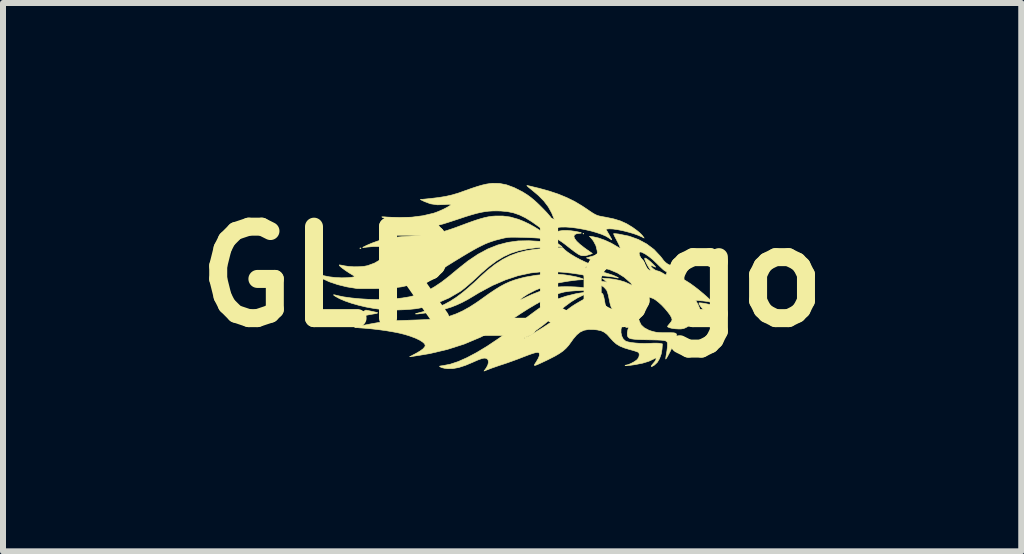
<source format=kicad_pcb>
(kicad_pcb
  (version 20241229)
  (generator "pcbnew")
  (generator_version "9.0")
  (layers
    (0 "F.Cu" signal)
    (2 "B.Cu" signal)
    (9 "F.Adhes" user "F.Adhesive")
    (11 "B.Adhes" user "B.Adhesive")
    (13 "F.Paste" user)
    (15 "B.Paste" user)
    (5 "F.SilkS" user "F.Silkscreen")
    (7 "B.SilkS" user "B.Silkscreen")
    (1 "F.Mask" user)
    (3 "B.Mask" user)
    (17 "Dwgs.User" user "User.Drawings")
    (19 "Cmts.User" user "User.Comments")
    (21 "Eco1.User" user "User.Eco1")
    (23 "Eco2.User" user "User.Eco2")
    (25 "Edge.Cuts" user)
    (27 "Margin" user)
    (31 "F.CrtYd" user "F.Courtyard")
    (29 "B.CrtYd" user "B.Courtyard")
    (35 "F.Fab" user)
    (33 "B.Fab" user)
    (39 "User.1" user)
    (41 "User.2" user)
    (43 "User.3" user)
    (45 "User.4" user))
  (footprint "GLR_logo"
    (layer "F.Cu")
    (at 5.486 1.563)
    (property "Reference" "GLR_logo" (at 0 0 0) (layer "F.SilkS") (effects (font (size 1.524 1.524) (thickness 0.3))))
    (attr through_hole)
    (fp_poly (pts (xy 1.194 -0.718) (xy 1.187 -0.711) (xy 1.181 -0.718) (xy 1.187 -0.724) (xy 1.194 -0.718)) (stroke (width 0.01) (type solid)) (fill yes) (layer "F.SilkS"))
    (fp_poly (pts (xy -2.519 -0.478) (xy -2.521 -0.471) (xy -2.527 -0.47) (xy -2.538 -0.475) (xy -2.536 -0.478) (xy -2.521 -0.48) (xy -2.519 -0.478)) (stroke (width 0.01) (type solid)) (fill yes) (layer "F.SilkS"))
    (fp_poly (pts (xy -2.326 0.579) (xy -2.281 0.589) (xy -2.252 0.596) (xy -2.241 0.602) (xy -2.25 0.608) (xy -2.279 0.615) (xy -2.332 0.624) (xy -2.394 0.635) (xy -2.445 0.646) (xy -2.509 0.664) (xy -2.577 0.686) (xy -2.616 0.701) (xy -2.689 0.728) (xy -2.74 0.746) (xy -2.77 0.755) (xy -2.781 0.756) (xy -2.774 0.748) (xy -2.751 0.732) (xy -2.75 0.731) (xy -2.717 0.711) (xy -2.67 0.683) (xy -2.614 0.652) (xy -2.568 0.627) (xy -2.437 0.556) (xy -2.326 0.579)) (stroke (width 0.01) (type solid)) (fill yes) (layer "F.SilkS"))
    (fp_poly (pts (xy 3.163 0.438) (xy 3.205 0.444) (xy 3.249 0.453) (xy 3.288 0.461) (xy 3.314 0.47) (xy 3.317 0.471) (xy 3.336 0.487) (xy 3.336 0.507) (xy 3.317 0.534) (xy 3.277 0.571) (xy 3.273 0.574) (xy 3.225 0.614) (xy 3.194 0.639) (xy 3.175 0.652) (xy 3.166 0.655) (xy 3.163 0.648) (xy 3.162 0.634) (xy 3.162 0.634) (xy 3.171 0.604) (xy 3.19 0.575) (xy 3.207 0.555) (xy 3.206 0.547) (xy 3.196 0.546) (xy 3.18 0.537) (xy 3.159 0.515) (xy 3.137 0.486) (xy 3.12 0.459) (xy 3.114 0.44) (xy 3.115 0.436) (xy 3.131 0.435) (xy 3.163 0.438)) (stroke (width 0.01) (type solid)) (fill yes) (layer "F.SilkS"))
    (fp_poly (pts (xy 0.93 -0.771) (xy 0.933 -0.77) (xy 0.984 -0.766) (xy 1.034 -0.759) (xy 1.08 -0.751) (xy 1.118 -0.743) (xy 1.145 -0.736) (xy 1.155 -0.73) (xy 1.146 -0.726) (xy 1.134 -0.725) (xy 1.076 -0.718) (xy 1.042 -0.701) (xy 1.03 -0.674) (xy 1.041 -0.639) (xy 1.074 -0.594) (xy 1.13 -0.541) (xy 1.209 -0.479) (xy 1.237 -0.459) (xy 1.338 -0.388) (xy 1.294 -0.371) (xy 1.223 -0.35) (xy 1.16 -0.351) (xy 1.116 -0.368) (xy 1.089 -0.385) (xy 1.047 -0.414) (xy 0.996 -0.452) (xy 0.941 -0.495) (xy 0.926 -0.507) (xy 0.872 -0.549) (xy 0.822 -0.585) (xy 0.78 -0.612) (xy 0.752 -0.628) (xy 0.746 -0.629) (xy 0.712 -0.645) (xy 0.701 -0.672) (xy 0.71 -0.706) (xy 0.736 -0.74) (xy 0.781 -0.761) (xy 0.845 -0.771) (xy 0.93 -0.771)) (stroke (width 0.01) (type solid)) (fill yes) (layer "F.SilkS"))
    (fp_poly (pts (xy 0.349 -0.596) (xy 0.423 -0.592) (xy 0.502 -0.588) (xy 0.575 -0.585) (xy 0.605 -0.585) (xy 0.66 -0.584) (xy 0.698 -0.581) (xy 0.726 -0.574) (xy 0.75 -0.561) (xy 0.776 -0.543) (xy 0.832 -0.502) (xy 0.584 -0.494) (xy 0.409 -0.484) (xy 0.254 -0.465) (xy 0.113 -0.435) (xy -0.017 -0.393) (xy -0.139 -0.337) (xy -0.26 -0.265) (xy -0.381 -0.175) (xy -0.509 -0.065) (xy -0.579 0.001) (xy -0.644 0.061) (xy -0.711 0.12) (xy -0.774 0.174) (xy -0.83 0.219) (xy -0.869 0.247) (xy -1.049 0.352) (xy -1.244 0.437) (xy -1.452 0.502) (xy -1.536 0.521) (xy -1.611 0.534) (xy -1.704 0.543) (xy -1.809 0.55) (xy -1.918 0.554) (xy -2.023 0.554) (xy -2.119 0.55) (xy -2.169 0.546) (xy -2.3 0.529) (xy -2.432 0.505) (xy -2.559 0.475) (xy -2.678 0.441) (xy -2.785 0.404) (xy -2.876 0.365) (xy -2.947 0.326) (xy -2.965 0.313) (xy -2.977 0.303) (xy -2.974 0.3) (xy -2.953 0.303) (xy -2.919 0.312) (xy -2.811 0.335) (xy -2.685 0.353) (xy -2.545 0.367) (xy -2.399 0.376) (xy -2.251 0.38) (xy -2.107 0.378) (xy -1.974 0.371) (xy -1.961 0.369) (xy -1.827 0.354) (xy -1.707 0.334) (xy -1.597 0.306) (xy -1.493 0.27) (xy -1.391 0.224) (xy -1.289 0.165) (xy -1.181 0.093) (xy -1.066 0.005) (xy -0.938 -0.101) (xy -0.908 -0.126) (xy -0.737 -0.262) (xy -0.57 -0.374) (xy -0.405 -0.463) (xy -0.239 -0.529) (xy -0.071 -0.573) (xy 0.101 -0.597) (xy 0.28 -0.6) (xy 0.349 -0.596)) (stroke (width 0.01) (type solid)) (fill yes) (layer "F.SilkS"))
    (fp_poly (pts (xy 0.881 -0.446) (xy 0.923 -0.412) (xy 0.982 -0.372) (xy 1.052 -0.33) (xy 1.128 -0.289) (xy 1.202 -0.253) (xy 1.23 -0.241) (xy 1.283 -0.217) (xy 1.312 -0.199) (xy 1.317 -0.186) (xy 1.297 -0.179) (xy 1.276 -0.178) (xy 1.244 -0.17) (xy 1.227 -0.161) (xy 1.219 -0.153) (xy 1.224 -0.146) (xy 1.245 -0.139) (xy 1.286 -0.13) (xy 1.32 -0.123) (xy 1.413 -0.103) (xy 1.509 -0.079) (xy 1.6 -0.052) (xy 1.679 -0.026) (xy 1.717 -0.01) (xy 1.755 0.008) (xy 1.772 0.019) (xy 1.766 0.021) (xy 1.737 0.015) (xy 1.726 0.012) (xy 1.698 0.006) (xy 1.653 -0.000134) (xy 1.599 -0.007) (xy 1.541 -0.013) (xy 1.486 -0.017) (xy 1.437 -0.02) (xy 1.403 -0.021) (xy 1.387 -0.02) (xy 1.387 -0.02) (xy 1.391 -0.008) (xy 1.41 0.011) (xy 1.411 0.012) (xy 1.426 0.025) (xy 1.429 0.03) (xy 1.416 0.028) (xy 1.383 0.019) (xy 1.361 0.012) (xy 1.255 -0.016) (xy 1.13 -0.04) (xy 0.994 -0.06) (xy 0.853 -0.075) (xy 0.715 -0.084) (xy 0.586 -0.087) (xy 0.514 -0.085) (xy 0.309 -0.063) (xy 0.1 -0.018) (xy -0.111 0.052) (xy -0.327 0.145) (xy -0.547 0.263) (xy -0.61 0.301) (xy -0.725 0.37) (xy -0.827 0.425) (xy -0.922 0.469) (xy -1.016 0.506) (xy -1.115 0.537) (xy -1.191 0.558) (xy -1.236 0.568) (xy -1.291 0.579) (xy -1.352 0.59) (xy -1.415 0.6) (xy -1.475 0.608) (xy -1.529 0.615) (xy -1.572 0.62) (xy -1.601 0.621) (xy -1.611 0.619) (xy -1.607 0.616) (xy -1.59 0.611) (xy -1.554 0.601) (xy -1.504 0.588) (xy -1.448 0.573) (xy -1.334 0.542) (xy -1.229 0.505) (xy -1.13 0.462) (xy -1.034 0.41) (xy -0.937 0.348) (xy -0.835 0.272) (xy -0.727 0.182) (xy -0.607 0.075) (xy -0.537 0.008) (xy -0.406 -0.11) (xy -0.281 -0.208) (xy -0.158 -0.288) (xy -0.033 -0.351) (xy 0.099 -0.4) (xy 0.241 -0.435) (xy 0.398 -0.459) (xy 0.573 -0.474) (xy 0.633 -0.477) (xy 0.841 -0.485) (xy 0.881 -0.446)) (stroke (width 0.01) (type solid)) (fill yes) (layer "F.SilkS"))
    (fp_poly (pts (xy 0.822 -0.037) (xy 0.887 -0.03) (xy 0.952 -0.02) (xy 1.015 -0.009) (xy 1.073 0.003) (xy 1.121 0.016) (xy 1.159 0.027) (xy 1.182 0.037) (xy 1.187 0.045) (xy 1.173 0.049) (xy 1.153 0.05) (xy 1.1 0.053) (xy 1.029 0.061) (xy 0.947 0.072) (xy 0.861 0.086) (xy 0.778 0.101) (xy 0.705 0.116) (xy 0.681 0.122) (xy 0.528 0.168) (xy 0.387 0.224) (xy 0.263 0.288) (xy 0.249 0.297) (xy 0.192 0.334) (xy 0.155 0.361) (xy 0.138 0.377) (xy 0.141 0.381) (xy 0.165 0.374) (xy 0.21 0.353) (xy 0.233 0.341) (xy 0.328 0.297) (xy 0.434 0.255) (xy 0.541 0.218) (xy 0.641 0.19) (xy 0.703 0.177) (xy 0.755 0.171) (xy 0.823 0.167) (xy 0.899 0.166) (xy 0.979 0.167) (xy 1.057 0.17) (xy 1.128 0.175) (xy 1.186 0.182) (xy 1.225 0.191) (xy 1.232 0.193) (xy 1.26 0.206) (xy 1.266 0.213) (xy 1.253 0.218) (xy 1.245 0.22) (xy 1.22 0.223) (xy 1.176 0.227) (xy 1.119 0.231) (xy 1.06 0.233) (xy 0.959 0.241) (xy 0.87 0.254) (xy 0.783 0.277) (xy 0.692 0.31) (xy 0.589 0.355) (xy 0.579 0.36) (xy 0.483 0.409) (xy 0.379 0.467) (xy 0.264 0.536) (xy 0.135 0.618) (xy -0.006 0.712) (xy -0.264 0.872) (xy -0.528 1.008) (xy -0.799 1.122) (xy -1.081 1.212) (xy -1.374 1.281) (xy -1.651 1.326) (xy -1.708 1.333) (xy -1.613 1.284) (xy -1.535 1.239) (xy -1.482 1.2) (xy -1.453 1.164) (xy -1.448 1.144) (xy -1.46 1.116) (xy -1.494 1.086) (xy -1.547 1.053) (xy -1.616 1.021) (xy -1.699 0.99) (xy -1.792 0.961) (xy -1.886 0.938) (xy -1.988 0.918) (xy -2.106 0.898) (xy -2.231 0.881) (xy -2.355 0.867) (xy -2.467 0.857) (xy -2.486 0.856) (xy -2.543 0.852) (xy -2.588 0.848) (xy -2.617 0.845) (xy -2.625 0.843) (xy -2.61 0.838) (xy -2.573 0.829) (xy -2.518 0.817) (xy -2.448 0.804) (xy -2.367 0.788) (xy -2.278 0.772) (xy -2.248 0.767) (xy -2.188 0.757) (xy -2.13 0.749) (xy -2.07 0.743) (xy -2.003 0.737) (xy -1.926 0.733) (xy -1.833 0.729) (xy -1.721 0.725) (xy -1.67 0.723) (xy -1.545 0.719) (xy -1.442 0.715) (xy -1.358 0.711) (xy -1.29 0.706) (xy -1.234 0.7) (xy -1.188 0.693) (xy -1.162 0.688) (xy -1.047 0.659) (xy -0.938 0.621) (xy -0.829 0.572) (xy -0.715 0.509) (xy -0.593 0.431) (xy -0.495 0.362) (xy -0.382 0.281) (xy -0.283 0.215) (xy -0.196 0.161) (xy -0.115 0.118) (xy -0.037 0.083) (xy 0.043 0.054) (xy 0.129 0.029) (xy 0.217 0.007) (xy 0.4 -0.025) (xy 0.581 -0.042) (xy 0.755 -0.042) (xy 0.822 -0.037)) (stroke (width 0.01) (type solid)) (fill yes) (layer "F.SilkS"))
    (fp_poly (pts (xy -0.152 -1.012) (xy -0.032 -0.996) (xy 0.092 -0.961) (xy 0.108 -0.956) (xy 0.193 -0.922) (xy 0.282 -0.88) (xy 0.369 -0.832) (xy 0.45 -0.782) (xy 0.52 -0.733) (xy 0.575 -0.687) (xy 0.607 -0.651) (xy 0.634 -0.614) (xy 0.549 -0.632) (xy 0.506 -0.638) (xy 0.444 -0.644) (xy 0.366 -0.649) (xy 0.277 -0.653) (xy 0.197 -0.656) (xy 0.108 -0.658) (xy 0.039 -0.659) (xy -0.014 -0.659) (xy -0.057 -0.657) (xy -0.095 -0.652) (xy -0.133 -0.645) (xy -0.175 -0.635) (xy -0.222 -0.623) (xy -0.281 -0.608) (xy -0.336 -0.59) (xy -0.391 -0.571) (xy -0.448 -0.548) (xy -0.508 -0.519) (xy -0.576 -0.485) (xy -0.652 -0.443) (xy -0.74 -0.392) (xy -0.842 -0.331) (xy -0.96 -0.259) (xy -1.097 -0.174) (xy -1.235 -0.09) (xy -1.356 -0.02) (xy -1.465 0.038) (xy -1.564 0.084) (xy -1.659 0.121) (xy -1.752 0.148) (xy -1.848 0.169) (xy -1.951 0.182) (xy -2.064 0.191) (xy -2.192 0.196) (xy -2.267 0.197) (xy -2.352 0.198) (xy -2.43 0.198) (xy -2.498 0.198) (xy -2.551 0.197) (xy -2.584 0.196) (xy -2.591 0.195) (xy -2.753 0.169) (xy -2.907 0.131) (xy -3.046 0.084) (xy -3.15 0.037) (xy -3.197 0.011) (xy -3.239 -0.014) (xy -3.271 -0.036) (xy -3.292 -0.052) (xy -3.297 -0.06) (xy -3.284 -0.057) (xy -3.283 -0.057) (xy -3.26 -0.05) (xy -3.219 -0.039) (xy -3.168 -0.025) (xy -3.137 -0.017) (xy -3.048 0.001) (xy -2.947 0.013) (xy -2.844 0.018) (xy -2.747 0.016) (xy -2.675 0.009) (xy -2.614 -0.002) (xy -2.714 -0.063) (xy -2.769 -0.099) (xy -2.817 -0.133) (xy -2.854 -0.162) (xy -2.877 -0.185) (xy -2.881 -0.197) (xy -2.881 -0.197) (xy -2.867 -0.196) (xy -2.836 -0.191) (xy -2.8 -0.183) (xy -2.727 -0.172) (xy -2.64 -0.166) (xy -2.55 -0.167) (xy -2.466 -0.174) (xy -2.408 -0.185) (xy -2.292 -0.228) (xy -2.183 -0.292) (xy -2.111 -0.351) (xy -2.076 -0.385) (xy -2.056 -0.407) (xy -2.05 -0.423) (xy -2.054 -0.437) (xy -2.06 -0.447) (xy -2.091 -0.476) (xy -2.142 -0.495) (xy -2.213 -0.504) (xy -2.306 -0.504) (xy -2.42 -0.494) (xy -2.457 -0.489) (xy -2.482 -0.486) (xy -2.49 -0.487) (xy -2.48 -0.495) (xy -2.449 -0.51) (xy -2.426 -0.522) (xy -2.337 -0.56) (xy -2.24 -0.595) (xy -2.144 -0.624) (xy -2.058 -0.644) (xy -2.041 -0.647) (xy -2.002 -0.652) (xy -1.943 -0.658) (xy -1.869 -0.665) (xy -1.786 -0.672) (xy -1.699 -0.678) (xy -1.679 -0.679) (xy -1.549 -0.689) (xy -1.438 -0.699) (xy -1.342 -0.711) (xy -1.254 -0.727) (xy -1.169 -0.746) (xy -1.082 -0.772) (xy -0.986 -0.804) (xy -0.876 -0.844) (xy -0.834 -0.86) (xy -0.715 -0.904) (xy -0.616 -0.939) (xy -0.533 -0.965) (xy -0.461 -0.985) (xy -0.396 -0.999) (xy -0.335 -1.008) (xy -0.278 -1.012) (xy -0.152 -1.012)) (stroke (width 0.01) (type solid)) (fill yes) (layer "F.SilkS"))
    (fp_poly (pts (xy -0.213 -1.556) (xy -0.092 -1.532) (xy 0.035 -1.485) (xy 0.171 -1.416) (xy 0.256 -1.363) (xy 0.312 -1.322) (xy 0.377 -1.268) (xy 0.446 -1.204) (xy 0.515 -1.135) (xy 0.58 -1.067) (xy 0.635 -1.003) (xy 0.676 -0.948) (xy 0.689 -0.927) (xy 0.712 -0.889) (xy 0.728 -0.862) (xy 0.736 -0.852) (xy 0.737 -0.852) (xy 0.733 -0.867) (xy 0.723 -0.899) (xy 0.708 -0.942) (xy 0.706 -0.95) (xy 0.659 -1.065) (xy 0.602 -1.168) (xy 0.529 -1.264) (xy 0.438 -1.356) (xy 0.344 -1.435) (xy 0.302 -1.469) (xy 0.269 -1.497) (xy 0.25 -1.515) (xy 0.246 -1.52) (xy 0.259 -1.519) (xy 0.293 -1.512) (xy 0.342 -1.5) (xy 0.404 -1.485) (xy 0.447 -1.475) (xy 0.62 -1.427) (xy 0.773 -1.376) (xy 0.911 -1.319) (xy 1.04 -1.256) (xy 1.164 -1.182) (xy 1.232 -1.137) (xy 1.295 -1.094) (xy 1.343 -1.062) (xy 1.381 -1.04) (xy 1.415 -1.024) (xy 1.451 -1.013) (xy 1.493 -1.004) (xy 1.549 -0.994) (xy 1.566 -0.991) (xy 1.695 -0.964) (xy 1.806 -0.93) (xy 1.908 -0.884) (xy 2.007 -0.824) (xy 2.08 -0.771) (xy 2.12 -0.738) (xy 2.155 -0.705) (xy 2.174 -0.683) (xy 2.201 -0.645) (xy 2.164 -0.664) (xy 2.1 -0.692) (xy 2.022 -0.72) (xy 1.935 -0.745) (xy 1.845 -0.768) (xy 1.759 -0.785) (xy 1.683 -0.796) (xy 1.622 -0.799) (xy 1.61 -0.798) (xy 1.563 -0.794) (xy 1.614 -0.706) (xy 1.637 -0.665) (xy 1.654 -0.634) (xy 1.661 -0.617) (xy 1.661 -0.615) (xy 1.65 -0.62) (xy 1.627 -0.637) (xy 1.619 -0.643) (xy 1.567 -0.675) (xy 1.495 -0.707) (xy 1.407 -0.737) (xy 1.308 -0.765) (xy 1.202 -0.789) (xy 1.095 -0.808) (xy 0.992 -0.822) (xy 0.897 -0.829) (xy 0.814 -0.828) (xy 0.784 -0.825) (xy 0.716 -0.81) (xy 0.666 -0.785) (xy 0.627 -0.746) (xy 0.627 -0.745) (xy 0.604 -0.715) (xy 0.445 -0.835) (xy 0.328 -0.918) (xy 0.222 -0.983) (xy 0.123 -1.031) (xy 0.025 -1.065) (xy -0.076 -1.086) (xy -0.185 -1.096) (xy -0.254 -1.098) (xy -0.325 -1.097) (xy -0.391 -1.093) (xy -0.455 -1.085) (xy -0.522 -1.073) (xy -0.595 -1.056) (xy -0.679 -1.032) (xy -0.777 -1.002) (xy -0.894 -0.963) (xy -0.927 -0.952) (xy -1.049 -0.912) (xy -1.151 -0.88) (xy -1.238 -0.857) (xy -1.313 -0.841) (xy -1.379 -0.832) (xy -1.442 -0.828) (xy -1.504 -0.83) (xy -1.53 -0.832) (xy -1.666 -0.849) (xy -1.809 -0.876) (xy -1.949 -0.913) (xy -2.079 -0.956) (xy -2.149 -0.985) (xy -2.167 -0.993) (xy -2.171 -0.998) (xy -2.158 -0.999) (xy -2.126 -0.998) (xy -2.076 -0.994) (xy -1.87 -0.985) (xy -1.672 -0.993) (xy -1.486 -1.017) (xy -1.316 -1.057) (xy -1.302 -1.061) (xy -1.249 -1.08) (xy -1.191 -1.104) (xy -1.135 -1.13) (xy -1.085 -1.156) (xy -1.046 -1.179) (xy -1.023 -1.196) (xy -1.02 -1.201) (xy -1.029 -1.207) (xy -1.062 -1.208) (xy -1.119 -1.203) (xy -1.12 -1.203) (xy -1.245 -1.199) (xy -1.36 -1.216) (xy -1.457 -1.252) (xy -1.53 -1.287) (xy -1.36 -1.304) (xy -1.226 -1.32) (xy -1.108 -1.339) (xy -0.998 -1.364) (xy -0.888 -1.397) (xy -0.785 -1.434) (xy -0.672 -1.474) (xy -0.578 -1.505) (xy -0.499 -1.528) (xy -0.429 -1.544) (xy -0.365 -1.554) (xy -0.329 -1.558) (xy -0.213 -1.556)) (stroke (width 0.01) (type solid)) (fill yes) (layer "F.SilkS"))
    (fp_poly (pts (xy 1.274 0.262) (xy 1.255 0.273) (xy 1.217 0.291) (xy 1.202 0.298) (xy 1.091 0.352) (xy 0.983 0.418) (xy 0.875 0.498) (xy 0.761 0.595) (xy 0.721 0.632) (xy 0.626 0.717) (xy 0.528 0.798) (xy 0.434 0.868) (xy 0.401 0.891) (xy 0.328 0.94) (xy 0.277 0.976) (xy 0.247 0.999) (xy 0.238 1.007) (xy 0.25 1.003) (xy 0.283 0.985) (xy 0.336 0.955) (xy 0.409 0.911) (xy 0.483 0.866) (xy 0.527 0.838) (xy 0.569 0.811) (xy 0.612 0.782) (xy 0.659 0.748) (xy 0.714 0.709) (xy 0.778 0.66) (xy 0.857 0.6) (xy 0.952 0.527) (xy 0.953 0.526) (xy 1.006 0.488) (xy 1.07 0.448) (xy 1.142 0.406) (xy 1.215 0.366) (xy 1.287 0.33) (xy 1.352 0.3) (xy 1.406 0.278) (xy 1.445 0.267) (xy 1.453 0.267) (xy 1.487 0.272) (xy 1.51 0.284) (xy 1.511 0.285) (xy 1.519 0.305) (xy 1.53 0.344) (xy 1.54 0.393) (xy 1.543 0.411) (xy 1.553 0.466) (xy 1.565 0.514) (xy 1.576 0.549) (xy 1.579 0.555) (xy 1.605 0.592) (xy 1.646 0.636) (xy 1.696 0.681) (xy 1.746 0.72) (xy 1.791 0.748) (xy 1.797 0.751) (xy 1.854 0.776) (xy 1.834 0.815) (xy 1.816 0.871) (xy 1.815 0.932) (xy 1.828 0.99) (xy 1.854 1.04) (xy 1.892 1.073) (xy 1.893 1.074) (xy 1.931 1.086) (xy 1.988 1.097) (xy 2.058 1.105) (xy 2.136 1.111) (xy 2.215 1.112) (xy 2.29 1.11) (xy 2.3 1.11) (xy 2.357 1.107) (xy 2.411 1.107) (xy 2.451 1.109) (xy 2.458 1.11) (xy 2.505 1.119) (xy 2.499 1.208) (xy 2.485 1.289) (xy 2.458 1.363) (xy 2.421 1.426) (xy 2.376 1.469) (xy 2.376 1.47) (xy 2.339 1.492) (xy 2.32 1.497) (xy 2.32 1.486) (xy 2.34 1.46) (xy 2.351 1.447) (xy 2.379 1.414) (xy 2.396 1.385) (xy 2.4 1.371) (xy 2.399 1.356) (xy 2.391 1.354) (xy 2.37 1.365) (xy 2.358 1.372) (xy 2.278 1.409) (xy 2.177 1.44) (xy 2.055 1.464) (xy 2.028 1.468) (xy 1.971 1.476) (xy 1.925 1.48) (xy 1.893 1.482) (xy 1.883 1.48) (xy 1.887 1.475) (xy 1.9 1.473) (xy 1.933 1.466) (xy 1.977 1.448) (xy 2.025 1.423) (xy 2.066 1.396) (xy 2.089 1.377) (xy 2.112 1.341) (xy 2.12 1.302) (xy 2.114 1.27) (xy 2.105 1.26) (xy 2.087 1.252) (xy 2.05 1.239) (xy 2 1.224) (xy 1.962 1.214) (xy 1.87 1.186) (xy 1.797 1.156) (xy 1.737 1.12) (xy 1.684 1.073) (xy 1.635 1.019) (xy 1.585 0.963) (xy 1.537 0.925) (xy 1.484 0.9) (xy 1.419 0.886) (xy 1.357 0.88) (xy 1.271 0.879) (xy 1.199 0.892) (xy 1.136 0.921) (xy 1.077 0.969) (xy 1.019 1.037) (xy 0.984 1.086) (xy 0.942 1.144) (xy 0.898 1.193) (xy 0.849 1.237) (xy 0.789 1.279) (xy 0.716 1.322) (xy 0.624 1.369) (xy 0.582 1.39) (xy 0.503 1.427) (xy 0.445 1.454) (xy 0.405 1.471) (xy 0.381 1.478) (xy 0.371 1.476) (xy 0.373 1.465) (xy 0.385 1.446) (xy 0.401 1.422) (xy 0.436 1.362) (xy 0.454 1.317) (xy 0.454 1.282) (xy 0.452 1.275) (xy 0.443 1.264) (xy 0.423 1.261) (xy 0.391 1.265) (xy 0.345 1.278) (xy 0.281 1.3) (xy 0.197 1.332) (xy 0.171 1.342) (xy 0.094 1.372) (xy 0.009 1.403) (xy -0.072 1.432) (xy -0.14 1.455) (xy -0.146 1.457) (xy -0.214 1.479) (xy -0.283 1.503) (xy -0.346 1.525) (xy -0.377 1.537) (xy -0.468 1.572) (xy -0.431 1.521) (xy -0.405 1.473) (xy -0.394 1.426) (xy -0.4 1.388) (xy -0.413 1.371) (xy -0.436 1.359) (xy -0.467 1.356) (xy -0.508 1.365) (xy -0.564 1.385) (xy -0.638 1.417) (xy -0.646 1.421) (xy -0.776 1.476) (xy -0.89 1.513) (xy -0.99 1.531) (xy -1.076 1.532) (xy -1.124 1.526) (xy -1.167 1.516) (xy -1.189 1.507) (xy -1.206 1.497) (xy -1.209 1.491) (xy -1.193 1.487) (xy -1.155 1.482) (xy -1.149 1.481) (xy -1.031 1.458) (xy -0.898 1.414) (xy -0.752 1.349) (xy -0.591 1.264) (xy -0.417 1.159) (xy -0.229 1.033) (xy -0.213 1.022) (xy 0.203 1.022) (xy 0.21 1.029) (xy 0.216 1.022) (xy 0.21 1.016) (xy 0.203 1.022) (xy -0.213 1.022) (xy -0.027 0.888) (xy 0.121 0.775) (xy 0.197 0.716) (xy 0.272 0.658) (xy 0.342 0.606) (xy 0.403 0.561) (xy 0.451 0.527) (xy 0.476 0.51) (xy 0.602 0.439) (xy 0.745 0.376) (xy 0.899 0.324) (xy 1.057 0.285) (xy 1.13 0.272) (xy 1.201 0.262) (xy 1.248 0.257) (xy 1.272 0.257) (xy 1.274 0.262)) (stroke (width 0.01) (type solid)) (fill yes) (layer "F.SilkS"))
    (fp_poly (pts (xy 1.738 -0.716) (xy 1.782 -0.711) (xy 1.785 -0.71) (xy 1.951 -0.676) (xy 2.104 -0.621) (xy 2.242 -0.547) (xy 2.365 -0.455) (xy 2.469 -0.344) (xy 2.491 -0.317) (xy 2.528 -0.268) (xy 2.56 -0.236) (xy 2.593 -0.212) (xy 2.635 -0.191) (xy 2.637 -0.19) (xy 2.687 -0.165) (xy 2.716 -0.146) (xy 2.725 -0.128) (xy 2.717 -0.109) (xy 2.707 -0.097) (xy 2.668 -0.075) (xy 2.619 -0.072) (xy 2.568 -0.086) (xy 2.536 -0.105) (xy 2.508 -0.129) (xy 2.47 -0.165) (xy 2.427 -0.207) (xy 2.406 -0.228) (xy 2.345 -0.286) (xy 2.28 -0.338) (xy 2.218 -0.38) (xy 2.164 -0.407) (xy 2.151 -0.412) (xy 2.126 -0.412) (xy 2.117 -0.394) (xy 2.125 -0.357) (xy 2.151 -0.302) (xy 2.152 -0.299) (xy 2.175 -0.248) (xy 2.183 -0.217) (xy 2.176 -0.204) (xy 2.156 -0.21) (xy 2.148 -0.212) (xy 2.156 -0.203) (xy 2.177 -0.186) (xy 2.204 -0.165) (xy 2.234 -0.143) (xy 2.263 -0.124) (xy 2.277 -0.116) (xy 2.307 -0.099) (xy 2.318 -0.096) (xy 2.314 -0.104) (xy 2.31 -0.109) (xy 2.288 -0.139) (xy 2.264 -0.179) (xy 2.24 -0.223) (xy 2.221 -0.263) (xy 2.211 -0.291) (xy 2.21 -0.297) (xy 2.212 -0.311) (xy 2.221 -0.311) (xy 2.246 -0.298) (xy 2.248 -0.296) (xy 2.277 -0.275) (xy 2.314 -0.243) (xy 2.346 -0.212) (xy 2.377 -0.18) (xy 2.392 -0.163) (xy 2.39 -0.159) (xy 2.374 -0.166) (xy 2.364 -0.171) (xy 2.335 -0.183) (xy 2.316 -0.186) (xy 2.314 -0.185) (xy 2.315 -0.171) (xy 2.333 -0.15) (xy 2.36 -0.127) (xy 2.391 -0.108) (xy 2.419 -0.098) (xy 2.422 -0.098) (xy 2.457 -0.088) (xy 2.499 -0.067) (xy 2.514 -0.057) (xy 2.549 -0.037) (xy 2.588 -0.024) (xy 2.64 -0.015) (xy 2.665 -0.013) (xy 2.736 -0.001) (xy 2.808 0.022) (xy 2.884 0.059) (xy 2.968 0.112) (xy 3.041 0.165) (xy 3.093 0.205) (xy 3.147 0.249) (xy 3.2 0.294) (xy 3.248 0.336) (xy 3.288 0.373) (xy 3.315 0.402) (xy 3.327 0.418) (xy 3.327 0.419) (xy 3.317 0.424) (xy 3.292 0.42) (xy 3.263 0.414) (xy 3.217 0.407) (xy 3.165 0.401) (xy 3.158 0.401) (xy 3.059 0.391) (xy 3.098 0.46) (xy 3.128 0.53) (xy 3.138 0.599) (xy 3.128 0.66) (xy 3.113 0.69) (xy 3.086 0.72) (xy 3.043 0.755) (xy 2.991 0.792) (xy 2.937 0.826) (xy 2.887 0.852) (xy 2.856 0.864) (xy 2.817 0.87) (xy 2.768 0.87) (xy 2.716 0.867) (xy 2.666 0.86) (xy 2.625 0.85) (xy 2.598 0.838) (xy 2.591 0.829) (xy 2.598 0.816) (xy 2.618 0.792) (xy 2.629 0.779) (xy 2.652 0.749) (xy 2.666 0.723) (xy 2.667 0.717) (xy 2.658 0.682) (xy 2.632 0.636) (xy 2.593 0.584) (xy 2.546 0.528) (xy 2.494 0.473) (xy 2.44 0.424) (xy 2.388 0.384) (xy 2.353 0.363) (xy 2.28 0.337) (xy 2.211 0.33) (xy 2.15 0.343) (xy 2.101 0.376) (xy 2.072 0.416) (xy 2.044 0.493) (xy 2.04 0.564) (xy 2.06 0.629) (xy 2.084 0.665) (xy 2.106 0.701) (xy 2.123 0.743) (xy 2.123 0.746) (xy 2.152 0.803) (xy 2.204 0.851) (xy 2.279 0.891) (xy 2.313 0.903) (xy 2.358 0.916) (xy 2.399 0.925) (xy 2.444 0.93) (xy 2.501 0.933) (xy 2.575 0.933) (xy 2.648 0.933) (xy 2.698 0.935) (xy 2.728 0.943) (xy 2.741 0.959) (xy 2.739 0.987) (xy 2.726 1.031) (xy 2.703 1.091) (xy 2.686 1.135) (xy 2.663 1.186) (xy 2.638 1.239) (xy 2.612 1.289) (xy 2.589 1.331) (xy 2.571 1.36) (xy 2.561 1.372) (xy 2.561 1.372) (xy 2.561 1.36) (xy 2.565 1.33) (xy 2.572 1.287) (xy 2.574 1.28) (xy 2.582 1.227) (xy 2.588 1.177) (xy 2.59 1.142) (xy 2.59 1.116) (xy 2.587 1.095) (xy 2.577 1.08) (xy 2.559 1.069) (xy 2.529 1.062) (xy 2.483 1.057) (xy 2.42 1.054) (xy 2.336 1.052) (xy 2.28 1.051) (xy 2.176 1.049) (xy 2.095 1.046) (xy 2.034 1.041) (xy 1.99 1.035) (xy 1.959 1.026) (xy 1.939 1.013) (xy 1.928 0.997) (xy 1.922 0.982) (xy 1.92 0.934) (xy 1.931 0.878) (xy 1.938 0.859) (xy 1.941 0.842) (xy 1.927 0.842) (xy 1.92 0.844) (xy 1.897 0.846) (xy 1.895 0.833) (xy 1.912 0.804) (xy 1.919 0.795) (xy 1.936 0.771) (xy 1.942 0.758) (xy 1.941 0.758) (xy 1.928 0.751) (xy 1.9 0.738) (xy 1.891 0.734) (xy 1.856 0.713) (xy 1.811 0.678) (xy 1.763 0.636) (xy 1.717 0.592) (xy 1.679 0.551) (xy 1.656 0.519) (xy 1.656 0.518) (xy 1.645 0.488) (xy 1.632 0.442) (xy 1.621 0.388) (xy 1.617 0.371) (xy 1.606 0.315) (xy 1.592 0.265) (xy 1.578 0.228) (xy 1.574 0.221) (xy 1.536 0.178) (xy 1.477 0.135) (xy 1.403 0.095) (xy 1.387 0.088) (xy 1.327 0.063) (xy 1.41 0.07) (xy 1.461 0.075) (xy 1.509 0.08) (xy 1.537 0.084) (xy 1.581 0.091) (xy 1.543 0.057) (xy 1.505 0.024) (xy 1.607 0.031) (xy 1.697 0.042) (xy 1.79 0.061) (xy 1.877 0.087) (xy 1.947 0.118) (xy 1.954 0.121) (xy 1.994 0.143) (xy 2.013 0.15) (xy 2.012 0.142) (xy 1.991 0.118) (xy 1.974 0.1) (xy 1.87 0.008) (xy 1.755 -0.064) (xy 1.624 -0.119) (xy 1.502 -0.151) (xy 1.391 -0.174) (xy 1.458 -0.184) (xy 1.494 -0.19) (xy 1.516 -0.196) (xy 1.519 -0.199) (xy 1.506 -0.206) (xy 1.474 -0.22) (xy 1.428 -0.239) (xy 1.377 -0.26) (xy 1.239 -0.315) (xy 1.315 -0.336) (xy 1.358 -0.348) (xy 1.393 -0.358) (xy 1.408 -0.363) (xy 1.419 -0.373) (xy 1.421 -0.399) (xy 1.418 -0.434) (xy 1.397 -0.519) (xy 1.355 -0.598) (xy 1.323 -0.639) (xy 1.289 -0.675) (xy 1.353 -0.666) (xy 1.444 -0.645) (xy 1.547 -0.608) (xy 1.655 -0.558) (xy 1.756 -0.499) (xy 1.806 -0.468) (xy 1.797 -0.498) (xy 1.787 -0.522) (xy 1.768 -0.562) (xy 1.744 -0.608) (xy 1.738 -0.62) (xy 1.715 -0.663) (xy 1.699 -0.697) (xy 1.692 -0.716) (xy 1.692 -0.718) (xy 1.706 -0.719) (xy 1.738 -0.716)) (stroke (width 0.01) (type solid)) (fill yes) (layer "F.SilkS")))
  (gr_rect
    (start -3 -3)
    (end 13.973 6.14)
    (stroke (width 0.1) (type default))
    (fill no)
    (layer "Edge.Cuts")))
</source>
